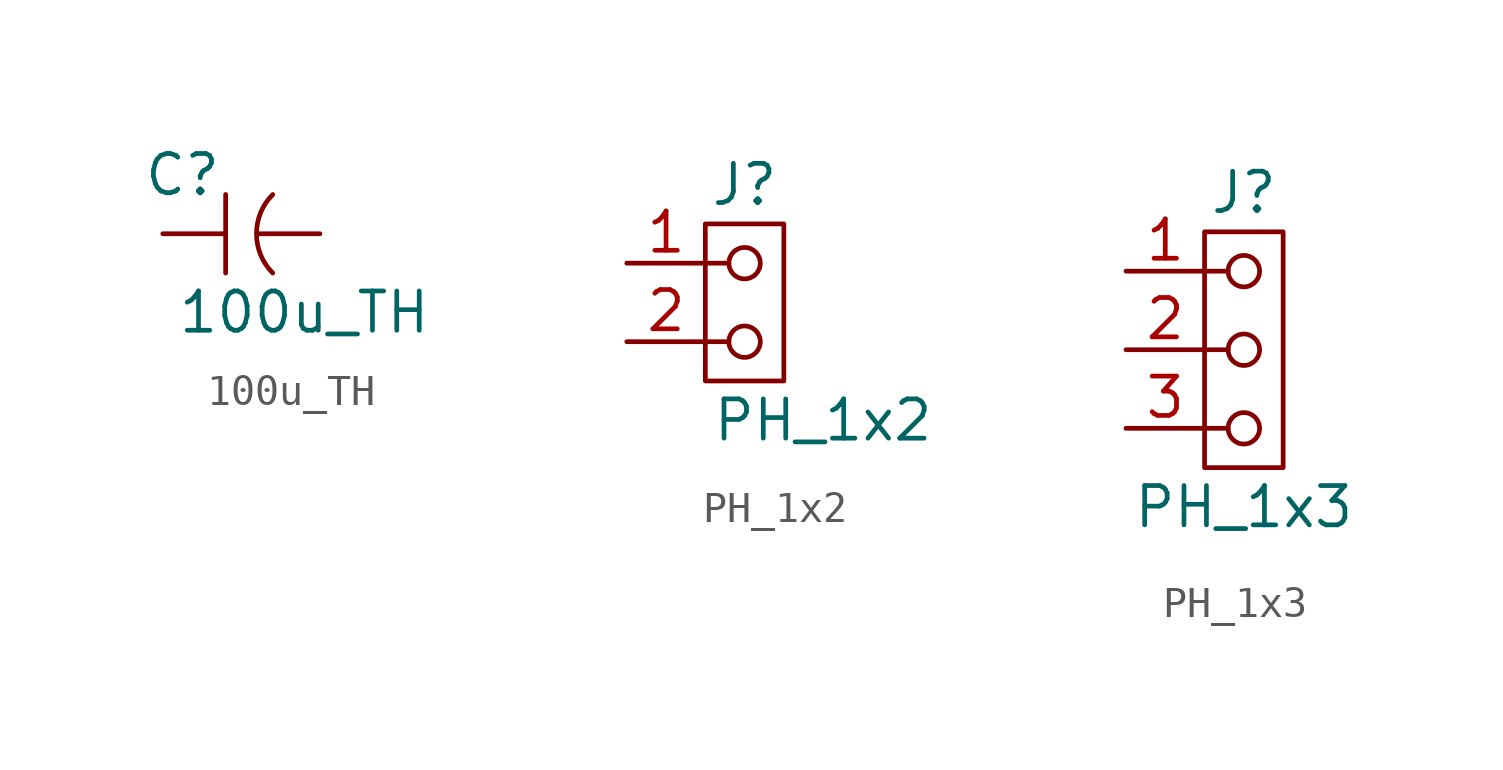
<source format=kicad_sym>
(kicad_symbol_lib
  (version 20211014)
  (generator kicad_symbol_editor)
  (symbol "100u_TH"
    (pin_numbers hide)
    (pin_names
      (offset 1.016) hide)
    (property "Reference" "C"
      (at -1.905 1.905 0)
      (effects (font (size 1.27 1.27))))
    (property "Value" "100u_TH"
      (at 2.032 -2.54 0)
      (effects (font (size 1.27 1.27))))
    (symbol "100u_TH_0_1"
      (polyline (pts (xy -0.508 1.27) (xy -0.508 -1.27)) (stroke (width 0) (type default) (color 0 0 0 0)) (fill (type none)))
      (arc (start 1.016 1.27) (mid 0.4899 0) (end 1.016 -1.27) (stroke (width 0) (type default) (color 0 0 0 0)) (fill (type none))))
    (symbol "100u_TH_1_1"
      (pin input line (at -2.54 0 0) (length 2.032) (name "+" (effects (font (size 1.27 1.27)))) (number "+" (effects (font (size 1.27 1.27)))))
      (pin input line (at 2.54 0 180) (length 2.032) (name "-" (effects (font (size 1.27 1.27)))) (number "-" (effects (font (size 1.27 1.27)))))))
  (symbol "PH_1x2"
    (pin_names
      (offset 1.016) hide)
    (property "Reference" "J"
      (at 0 3.81 0)
      (effects (font (size 1.27 1.27))))
    (property "Value" "PH_1x2"
      (at 2.54 -3.81 0)
      (effects (font (size 1.27 1.27))))
    (symbol "PH_1x2_0_1"
      (rectangle (start -1.27 2.54) (end 1.27 -2.54) (stroke (width 0) (type default) (color 0 0 0 0)) (fill (type none)))
      (circle (center 0 -1.27) (radius 0.508) (stroke (width 0) (type default) (color 0 0 0 0)) (fill (type none)))
      (polyline (pts (xy -0.508 -1.27) (xy -1.27 -1.27)) (stroke (width 0) (type default) (color 0 0 0 0)) (fill (type none)))
      (polyline (pts (xy -0.508 1.27) (xy -1.27 1.27)) (stroke (width 0) (type default) (color 0 0 0 0)) (fill (type none)))
      (circle (center 0 1.27) (radius 0.508) (stroke (width 0) (type default) (color 0 0 0 0)) (fill (type none))))
    (symbol "PH_1x2_1_1"
      (pin input line (at -3.81 1.27 0) (length 2.54) (name "1" (effects (font (size 1.27 1.27)))) (number "1" (effects (font (size 1.27 1.27)))))
      (pin input line (at -3.81 -1.27 0) (length 2.54) (name "2" (effects (font (size 1.27 1.27)))) (number "2" (effects (font (size 1.27 1.27)))))))
  (symbol "PH_1x3"
    (pin_names
      (offset 1.016) hide)
    (property "Reference" "J"
      (at 0 3.81 0)
      (effects (font (size 1.27 1.27))))
    (property "Value" "PH_1x3"
      (at 0 -6.35 0)
      (effects (font (size 1.27 1.27))))
    (symbol "PH_1x3_0_1"
      (rectangle (start -1.27 2.54) (end 1.27 -5.08) (stroke (width 0) (type default) (color 0 0 0 0)) (fill (type none)))
      (circle (center 0 -1.27) (radius 0.508) (stroke (width 0) (type default) (color 0 0 0 0)) (fill (type none)))
      (polyline (pts (xy -0.508 -1.27) (xy -1.27 -1.27)) (stroke (width 0) (type default) (color 0 0 0 0)) (fill (type none)))
      (polyline (pts (xy -0.508 1.27) (xy -1.27 1.27)) (stroke (width 0) (type default) (color 0 0 0 0)) (fill (type none)))
      (circle (center 0 1.27) (radius 0.508) (stroke (width 0) (type default) (color 0 0 0 0)) (fill (type none))))
    (symbol "PH_1x3_1_1"
      (circle (center 0 -3.81) (radius 0.508) (stroke (width 0) (type default) (color 0 0 0 0)) (fill (type none)))
      (polyline (pts (xy -0.508 -3.81) (xy -1.27 -3.81)) (stroke (width 0) (type default) (color 0 0 0 0)) (fill (type none)))
      (pin input line (at -3.81 1.27 0) (length 2.54) (name "1" (effects (font (size 1.27 1.27)))) (number "1" (effects (font (size 1.27 1.27)))))
      (pin input line (at -3.81 -1.27 0) (length 2.54) (name "2" (effects (font (size 1.27 1.27)))) (number "2" (effects (font (size 1.27 1.27)))))
      (pin input line (at -3.81 -3.81 0) (length 2.54) (name "3" (effects (font (size 1.27 1.27)))) (number "3" (effects (font (size 1.27 1.27))))))))
</source>
